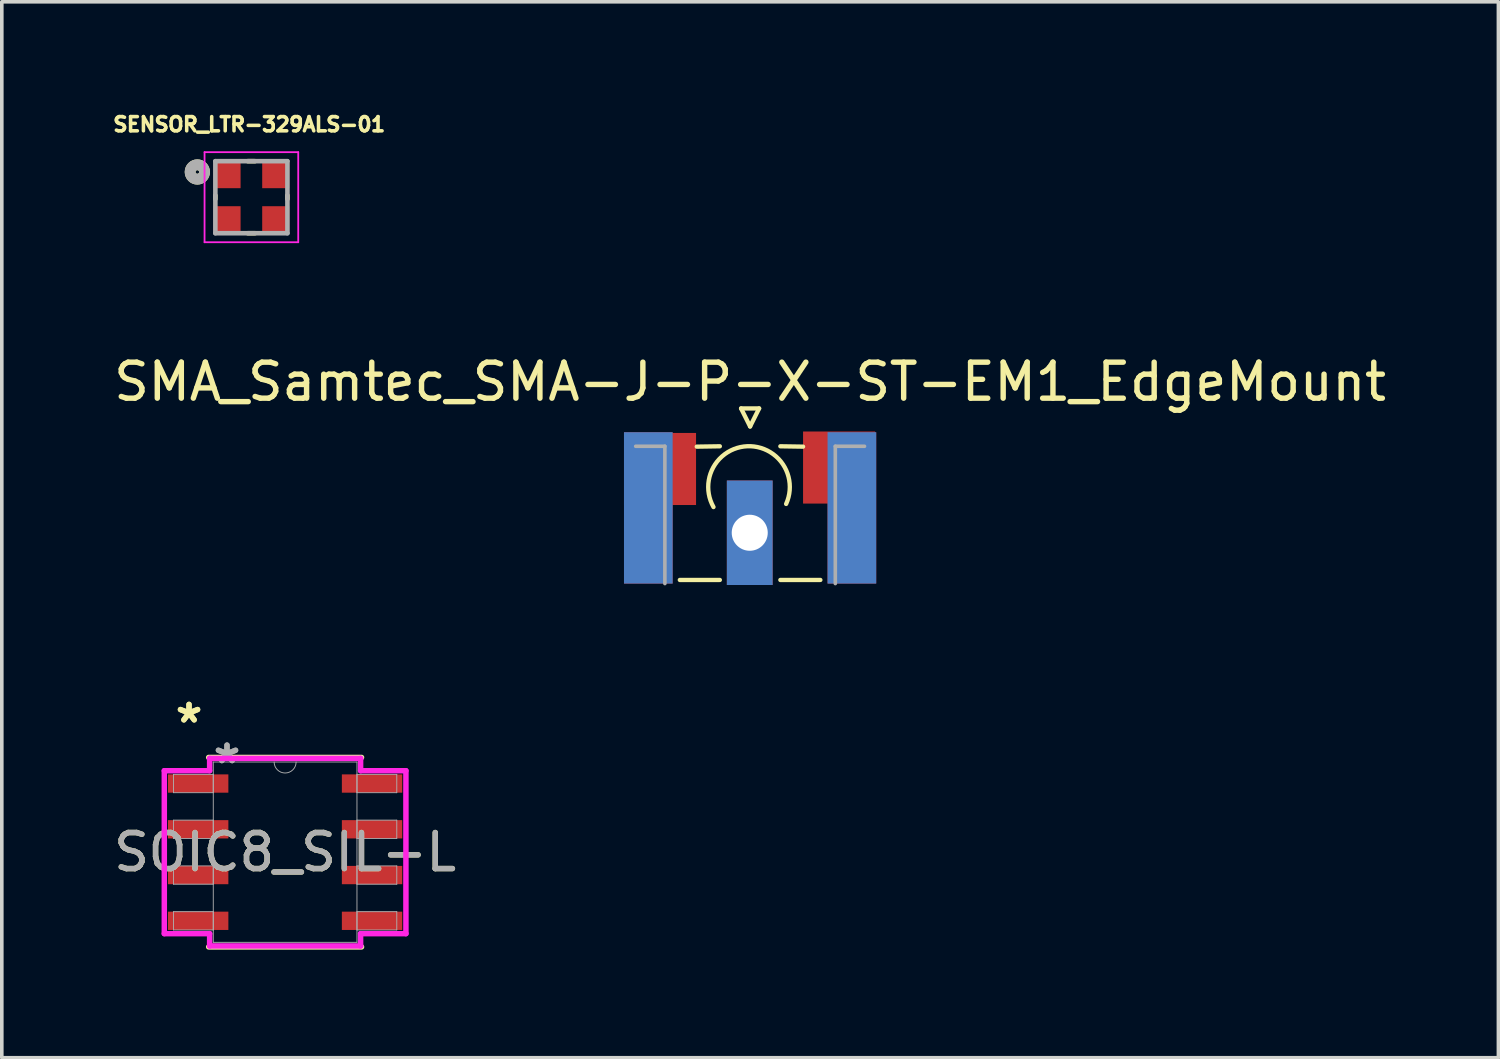
<source format=kicad_pcb>
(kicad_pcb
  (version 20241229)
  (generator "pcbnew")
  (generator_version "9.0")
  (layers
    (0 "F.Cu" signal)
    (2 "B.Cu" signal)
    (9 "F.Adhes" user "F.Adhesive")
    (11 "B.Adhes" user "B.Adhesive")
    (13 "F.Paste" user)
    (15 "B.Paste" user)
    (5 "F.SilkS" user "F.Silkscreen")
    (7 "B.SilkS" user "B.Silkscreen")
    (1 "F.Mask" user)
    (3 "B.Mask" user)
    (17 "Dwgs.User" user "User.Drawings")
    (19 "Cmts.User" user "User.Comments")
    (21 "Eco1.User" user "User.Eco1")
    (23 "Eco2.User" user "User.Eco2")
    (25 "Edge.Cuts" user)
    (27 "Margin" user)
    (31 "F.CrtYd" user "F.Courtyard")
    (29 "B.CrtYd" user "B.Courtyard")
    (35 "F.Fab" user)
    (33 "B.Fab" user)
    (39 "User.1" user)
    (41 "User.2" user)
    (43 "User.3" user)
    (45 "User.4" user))
  (footprint "SOIC8_SIL-L"
    (layer "F.Cu")
    (at 4.863 20.601)
    (property "Reference" "SOIC8_SIL-L" (at 0 0 0) (unlocked yes) (layer "F.SilkS") (effects (font (size 1 1) (thickness 0.15))))
    (attr smd)
    (fp_line (start -2.121 2.629) (end 2.121 2.629) (stroke (width 0.152) (type solid)) (layer "F.SilkS"))
    (fp_line (start 2.121 -2.629) (end -2.121 -2.629) (stroke (width 0.152) (type solid)) (layer "F.SilkS"))
    (fp_line (start -3.353 -2.261) (end -2.095 -2.261) (stroke (width 0.152) (type solid)) (layer "F.CrtYd"))
    (fp_line (start -3.353 2.261) (end -3.353 -2.261) (stroke (width 0.152) (type solid)) (layer "F.CrtYd"))
    (fp_line (start -3.353 2.261) (end -2.095 2.261) (stroke (width 0.152) (type solid)) (layer "F.CrtYd"))
    (fp_line (start -2.095 -2.603) (end 2.095 -2.603) (stroke (width 0.152) (type solid)) (layer "F.CrtYd"))
    (fp_line (start -2.095 -2.261) (end -2.095 -2.603) (stroke (width 0.152) (type solid)) (layer "F.CrtYd"))
    (fp_line (start -2.095 2.603) (end -2.095 2.261) (stroke (width 0.152) (type solid)) (layer "F.CrtYd"))
    (fp_line (start 2.095 -2.603) (end 2.095 -2.261) (stroke (width 0.152) (type solid)) (layer "F.CrtYd"))
    (fp_line (start 2.095 2.261) (end 2.095 2.603) (stroke (width 0.152) (type solid)) (layer "F.CrtYd"))
    (fp_line (start 2.095 2.603) (end -2.095 2.603) (stroke (width 0.152) (type solid)) (layer "F.CrtYd"))
    (fp_line (start 3.353 -2.261) (end 2.095 -2.261) (stroke (width 0.152) (type solid)) (layer "F.CrtYd"))
    (fp_line (start 3.353 -2.261) (end 3.353 2.261) (stroke (width 0.152) (type solid)) (layer "F.CrtYd"))
    (fp_line (start 3.353 2.261) (end 2.095 2.261) (stroke (width 0.152) (type solid)) (layer "F.CrtYd"))
    (fp_line (start -3.099 -2.159) (end -3.099 -1.651) (stroke (width 0.025) (type solid)) (layer "F.Fab"))
    (fp_line (start -3.099 -1.651) (end -1.994 -1.651) (stroke (width 0.025) (type solid)) (layer "F.Fab"))
    (fp_line (start -3.099 -0.889) (end -3.099 -0.381) (stroke (width 0.025) (type solid)) (layer "F.Fab"))
    (fp_line (start -3.099 -0.381) (end -1.994 -0.381) (stroke (width 0.025) (type solid)) (layer "F.Fab"))
    (fp_line (start -3.099 0.381) (end -3.099 0.889) (stroke (width 0.025) (type solid)) (layer "F.Fab"))
    (fp_line (start -3.099 0.889) (end -1.994 0.889) (stroke (width 0.025) (type solid)) (layer "F.Fab"))
    (fp_line (start -3.099 1.651) (end -3.099 2.159) (stroke (width 0.025) (type solid)) (layer "F.Fab"))
    (fp_line (start -3.099 2.159) (end -1.994 2.159) (stroke (width 0.025) (type solid)) (layer "F.Fab"))
    (fp_line (start -1.994 -2.502) (end -1.994 2.502) (stroke (width 0.025) (type solid)) (layer "F.Fab"))
    (fp_line (start -1.994 -2.159) (end -3.099 -2.159) (stroke (width 0.025) (type solid)) (layer "F.Fab"))
    (fp_line (start -1.994 -1.651) (end -1.994 -2.159) (stroke (width 0.025) (type solid)) (layer "F.Fab"))
    (fp_line (start -1.994 -0.889) (end -3.099 -0.889) (stroke (width 0.025) (type solid)) (layer "F.Fab"))
    (fp_line (start -1.994 -0.381) (end -1.994 -0.889) (stroke (width 0.025) (type solid)) (layer "F.Fab"))
    (fp_line (start -1.994 0.381) (end -3.099 0.381) (stroke (width 0.025) (type solid)) (layer "F.Fab"))
    (fp_line (start -1.994 0.889) (end -1.994 0.381) (stroke (width 0.025) (type solid)) (layer "F.Fab"))
    (fp_line (start -1.994 1.651) (end -3.099 1.651) (stroke (width 0.025) (type solid)) (layer "F.Fab"))
    (fp_line (start -1.994 2.159) (end -1.994 1.651) (stroke (width 0.025) (type solid)) (layer "F.Fab"))
    (fp_line (start -1.994 2.502) (end 1.994 2.502) (stroke (width 0.025) (type solid)) (layer "F.Fab"))
    (fp_line (start 1.994 -2.502) (end -1.994 -2.502) (stroke (width 0.025) (type solid)) (layer "F.Fab"))
    (fp_line (start 1.994 -2.159) (end 1.994 -1.651) (stroke (width 0.025) (type solid)) (layer "F.Fab"))
    (fp_line (start 1.994 -1.651) (end 3.099 -1.651) (stroke (width 0.025) (type solid)) (layer "F.Fab"))
    (fp_line (start 1.994 -0.889) (end 1.994 -0.381) (stroke (width 0.025) (type solid)) (layer "F.Fab"))
    (fp_line (start 1.994 -0.381) (end 3.099 -0.381) (stroke (width 0.025) (type solid)) (layer "F.Fab"))
    (fp_line (start 1.994 0.381) (end 1.994 0.889) (stroke (width 0.025) (type solid)) (layer "F.Fab"))
    (fp_line (start 1.994 0.889) (end 3.099 0.889) (stroke (width 0.025) (type solid)) (layer "F.Fab"))
    (fp_line (start 1.994 1.651) (end 1.994 2.159) (stroke (width 0.025) (type solid)) (layer "F.Fab"))
    (fp_line (start 1.994 2.159) (end 3.099 2.159) (stroke (width 0.025) (type solid)) (layer "F.Fab"))
    (fp_line (start 1.994 2.502) (end 1.994 -2.502) (stroke (width 0.025) (type solid)) (layer "F.Fab"))
    (fp_line (start 3.099 -2.159) (end 1.994 -2.159) (stroke (width 0.025) (type solid)) (layer "F.Fab"))
    (fp_line (start 3.099 -1.651) (end 3.099 -2.159) (stroke (width 0.025) (type solid)) (layer "F.Fab"))
    (fp_line (start 3.099 -0.889) (end 1.994 -0.889) (stroke (width 0.025) (type solid)) (layer "F.Fab"))
    (fp_line (start 3.099 -0.381) (end 3.099 -0.889) (stroke (width 0.025) (type solid)) (layer "F.Fab"))
    (fp_line (start 3.099 0.381) (end 1.994 0.381) (stroke (width 0.025) (type solid)) (layer "F.Fab"))
    (fp_line (start 3.099 0.889) (end 3.099 0.381) (stroke (width 0.025) (type solid)) (layer "F.Fab"))
    (fp_line (start 3.099 1.651) (end 1.994 1.651) (stroke (width 0.025) (type solid)) (layer "F.Fab"))
    (fp_line (start 3.099 2.159) (end 3.099 1.651) (stroke (width 0.025) (type solid)) (layer "F.Fab"))
    (fp_arc (start 0.3048 -2.5019) (mid 0 -2.1971) (end -0.3048 -2.5019) (stroke (width 0.0254) (type solid)) (layer "F.Fab"))
    (fp_text user "*" (at -2.667 -3.556 0) (unlocked yes) (layer "F.SilkS") (effects (font (size 1 1) (thickness 0.15))))
    (fp_text user "*" (at -2.667 -3.556 0) (layer "F.SilkS") (effects (font (size 1 1) (thickness 0.15))))
    (fp_text user "*" (at -1.613 -2.426 0) (layer "F.Fab") (effects (font (size 1 1) (thickness 0.15))))
    (fp_text user "*" (at -1.613 -2.426 0) (unlocked yes) (layer "F.Fab") (effects (font (size 1 1) (thickness 0.15))))
    (fp_text user "${REFERENCE}" (at 0 0 0) (unlocked yes) (layer "F.Fab") (effects (font (size 1 1) (thickness 0.15))))
    (pad "1" smd rect (at -2.413 -1.905) (size 1.676 0.508) (layers "F.Cu" "F.Mask" "F.Paste"))
    (pad "2" smd rect (at -2.413 -0.635) (size 1.676 0.508) (layers "F.Cu" "F.Mask" "F.Paste"))
    (pad "3" smd rect (at -2.413 0.635) (size 1.676 0.508) (layers "F.Cu" "F.Mask" "F.Paste"))
    (pad "4" smd rect (at -2.413 1.905) (size 1.676 0.508) (layers "F.Cu" "F.Mask" "F.Paste"))
    (pad "5" smd rect (at 2.413 1.905) (size 1.676 0.508) (layers "F.Cu" "F.Mask" "F.Paste"))
    (pad "6" smd rect (at 2.413 0.635) (size 1.676 0.508) (layers "F.Cu" "F.Mask" "F.Paste"))
    (pad "7" smd rect (at 2.413 -0.635) (size 1.676 0.508) (layers "F.Cu" "F.Mask" "F.Paste"))
    (pad "8" smd rect (at 2.413 -1.905) (size 1.676 0.508) (layers "F.Cu" "F.Mask" "F.Paste")))
  (footprint "SENSOR_LTR-329ALS-01"
    (layer "F.Cu")
    (at 3.927 2.423)
    (property "Reference" "SENSOR_LTR-329ALS-01" (at -0.06 -2.02 0) (layer "F.SilkS") (effects (font (size 0.394 0.394) (thickness 0.15))))
    (attr through_hole)
    (fp_line (start -1 -0.05) (end -1 0.05) (stroke (width 0.127) (type solid)) (layer "F.SilkS"))
    (fp_line (start 0.1 -1) (end -0.1 -1) (stroke (width 0.127) (type solid)) (layer "F.SilkS"))
    (fp_line (start 0.1 1) (end -0.1 1) (stroke (width 0.127) (type solid)) (layer "F.SilkS"))
    (fp_line (start 1 -0.05) (end 1 0.05) (stroke (width 0.127) (type solid)) (layer "F.SilkS"))
    (fp_circle (center -1.5 -0.7) (end -1.45 -0.7) (stroke (width 0.3) (type solid)) (fill no) (layer "F.SilkS"))
    (fp_line (start -1.3 -1.25) (end 1.3 -1.25) (stroke (width 0.05) (type solid)) (layer "F.CrtYd"))
    (fp_line (start -1.3 1.25) (end -1.3 -1.25) (stroke (width 0.05) (type solid)) (layer "F.CrtYd"))
    (fp_line (start 1.3 -1.25) (end 1.3 1.25) (stroke (width 0.05) (type solid)) (layer "F.CrtYd"))
    (fp_line (start 1.3 1.25) (end -1.3 1.25) (stroke (width 0.05) (type solid)) (layer "F.CrtYd"))
    (fp_line (start -1 -1) (end 1 -1) (stroke (width 0.127) (type solid)) (layer "F.Fab"))
    (fp_line (start -1 1) (end -1 -1) (stroke (width 0.127) (type solid)) (layer "F.Fab"))
    (fp_line (start 1 -1) (end 1 1) (stroke (width 0.127) (type solid)) (layer "F.Fab"))
    (fp_line (start 1 1) (end -1 1) (stroke (width 0.127) (type solid)) (layer "F.Fab"))
    (fp_circle (center -1.5 -0.7) (end -1.45 -0.7) (stroke (width 0.3) (type solid)) (fill no) (layer "F.Fab"))
    (pad "1" smd rect (at -0.675 -0.6 180) (size 0.75 0.7) (layers "F.Cu" "F.Mask" "F.Paste"))
    (pad "2" smd rect (at -0.675 0.6 180) (size 0.75 0.7) (layers "F.Cu" "F.Mask" "F.Paste"))
    (pad "3" smd rect (at 0.675 0.6 180) (size 0.75 0.7) (layers "F.Cu" "F.Mask" "F.Paste"))
    (pad "4" smd rect (at 0.675 -0.6 180) (size 0.75 0.7) (layers "F.Cu" "F.Mask" "F.Paste")))
  (footprint "SMA_Samtec_SMA-J-P-X-ST-EM1_EdgeMount"
    (layer "F.Cu")
    (at 17.768 11.046)
    (property "Reference" "SMA_Samtec_SMA-J-P-X-ST-EM1_EdgeMount" (at 0 -3.5 0) (layer "F.SilkS") (effects (font (size 1 1) (thickness 0.15))))
    (attr smd)
    (fp_line (start -1.95 2) (end -0.84 2) (stroke (width 0.12) (type solid)) (layer "F.SilkS"))
    (fp_line (start -1.48 -1.7) (end -0.84 -1.71) (stroke (width 0.12) (type solid)) (layer "F.SilkS"))
    (fp_line (start -0.25 -2.76) (end 0 -2.26) (stroke (width 0.12) (type solid)) (layer "F.SilkS"))
    (fp_line (start 0 -2.26) (end 0.25 -2.76) (stroke (width 0.12) (type solid)) (layer "F.SilkS"))
    (fp_line (start 0.25 -2.76) (end -0.25 -2.76) (stroke (width 0.12) (type solid)) (layer "F.SilkS"))
    (fp_line (start 0.84 -1.71) (end 1.47 -1.7) (stroke (width 0.12) (type solid)) (layer "F.SilkS"))
    (fp_line (start 0.84 2) (end 1.95 2) (stroke (width 0.12) (type solid)) (layer "F.SilkS"))
    (fp_arc (start -1.016206 -0.023945) (mid -0.078279 -1.711136) (end 1 -0.11) (stroke (width 0.12) (type solid)) (layer "F.SilkS"))
    (fp_line (start -2.365 -1.71) (end -3.175 -1.71) (stroke (width 0.1) (type solid)) (layer "F.Fab"))
    (fp_line (start -2.365 2.1) (end -2.365 -1.71) (stroke (width 0.1) (type solid)) (layer "F.Fab"))
    (fp_line (start 2.365 -1.71) (end 2.365 2.1) (stroke (width 0.1) (type solid)) (layer "F.Fab"))
    (fp_line (start 3.175 -1.71) (end 2.365 -1.71) (stroke (width 0.1) (type solid)) (layer "F.Fab"))
    (pad "1" thru_hole rect (at -0.01 0.69) (size 1.27 2.9) (drill 1) (layers "*.Cu" "*.Mask"))
    (pad "2" smd rect (at -2.825 0) (size 1.35 4.2) (layers "F.Cu" "F.Mask" "F.Paste"))
    (pad "2" smd rect (at -2.825 0) (size 1.35 4.2) (layers "B.Cu" "B.Mask" "B.Paste"))
    (pad "2" smd rect (at -2.5 -1.08) (size 2 2) (layers "F.Cu" "F.Mask" "F.Paste"))
    (pad "2" smd rect (at 2.47 -1.12) (size 2 2) (layers "F.Cu" "F.Mask" "F.Paste"))
    (pad "2" smd rect (at 2.825 0) (size 1.35 4.2) (layers "F.Cu" "F.Mask" "F.Paste"))
    (pad "2" smd rect (at 2.825 0) (size 1.35 4.2) (layers "B.Cu" "B.Mask" "B.Paste")))
  (gr_rect
    (start -3 -3)
    (end 38.536 26.306)
    (stroke (width 0.1) (type default))
    (fill no)
    (layer "Edge.Cuts")))
</source>
